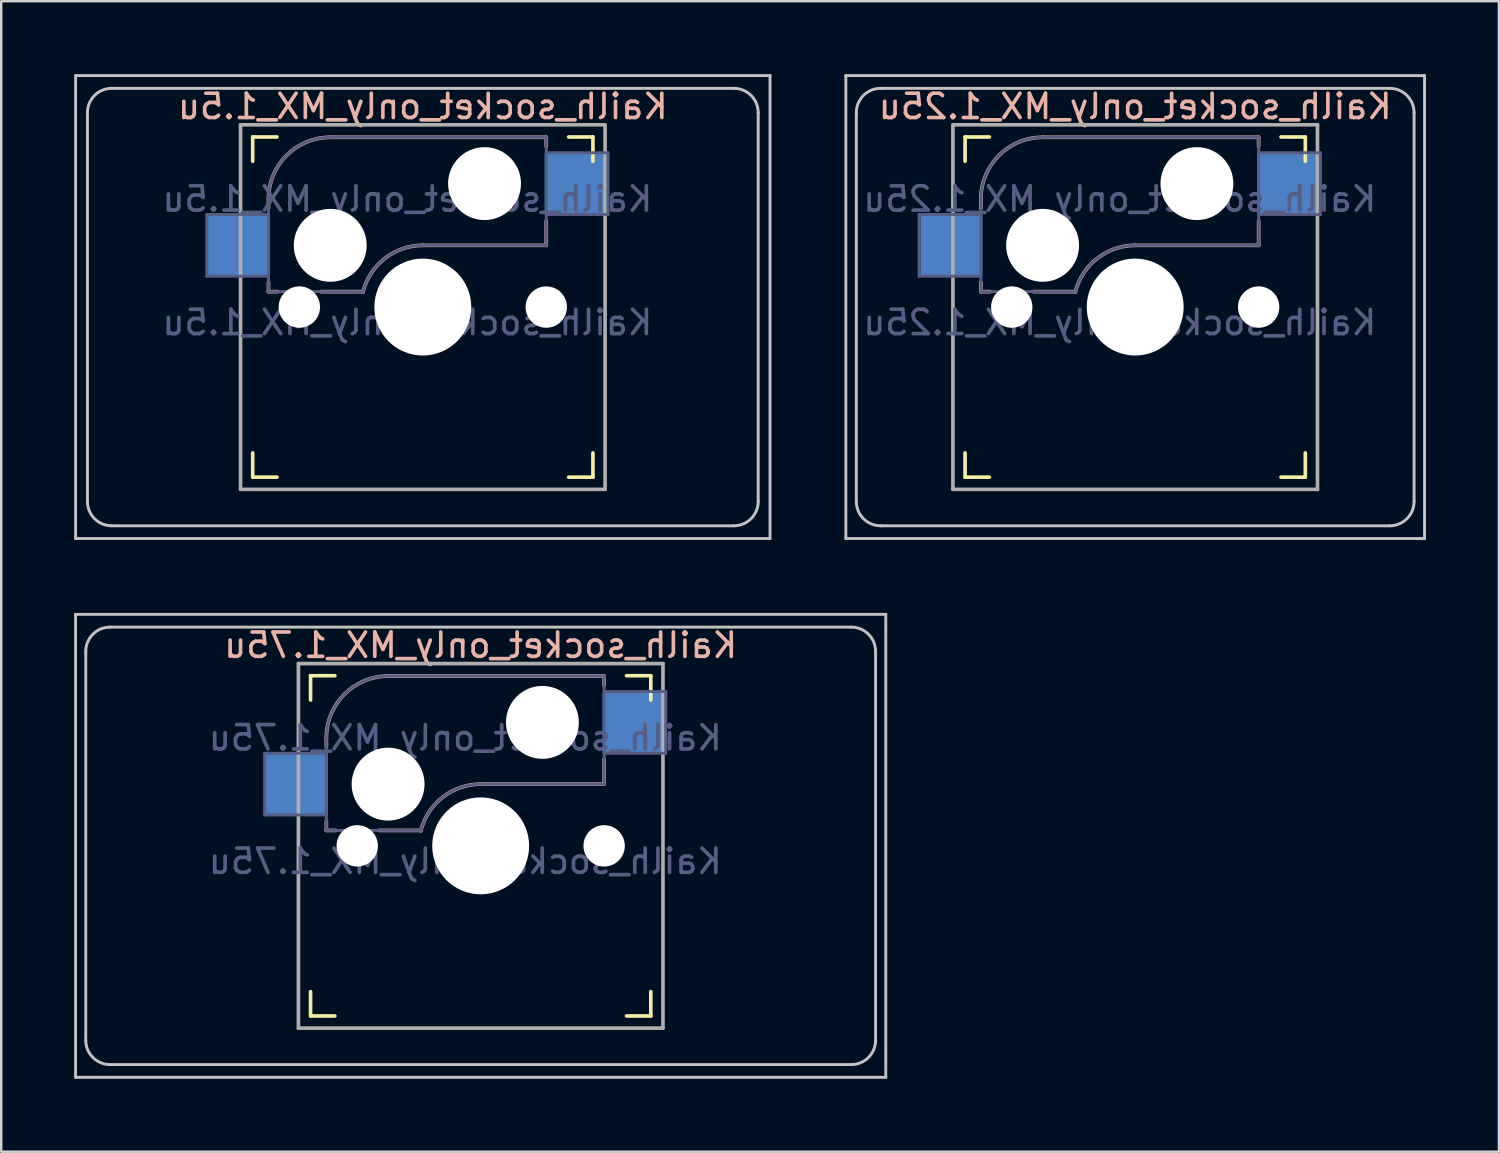
<source format=kicad_pcb>
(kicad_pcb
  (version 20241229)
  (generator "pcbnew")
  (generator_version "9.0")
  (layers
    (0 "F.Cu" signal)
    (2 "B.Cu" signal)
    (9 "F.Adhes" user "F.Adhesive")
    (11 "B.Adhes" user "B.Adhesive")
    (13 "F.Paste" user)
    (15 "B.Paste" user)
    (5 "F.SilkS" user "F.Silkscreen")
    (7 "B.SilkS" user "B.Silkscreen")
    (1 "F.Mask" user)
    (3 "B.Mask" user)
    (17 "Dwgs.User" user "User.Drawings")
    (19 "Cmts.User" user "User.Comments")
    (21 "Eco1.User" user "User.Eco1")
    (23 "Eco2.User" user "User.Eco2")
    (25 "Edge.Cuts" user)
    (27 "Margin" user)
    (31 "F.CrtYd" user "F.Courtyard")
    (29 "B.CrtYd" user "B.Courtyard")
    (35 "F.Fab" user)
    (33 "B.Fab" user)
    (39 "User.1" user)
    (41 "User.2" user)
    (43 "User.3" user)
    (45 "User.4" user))
  (footprint "Kailh_socket_only_MX_1.75u"
    (layer "F.Cu")
    (at 16.729 31.755)
    (property "Reference" "Kailh_socket_only_MX_1.75u" (at 0 -8.255 0) (layer "B.SilkS") (effects (font (size 1 1) (thickness 0.15)) (justify mirror)))
    (property "Value" "Kailh_socket_only_MX_1.75u" (at 0 8.255 0) (layer "F.Fab") (hide yes) (effects (font (size 1 1) (thickness 0.15))))
    (attr smd)
    (fp_line (start -7 -6) (end -7 -7) (stroke (width 0.15) (type solid)) (layer "F.SilkS"))
    (fp_line (start -7 7) (end -7 6) (stroke (width 0.15) (type solid)) (layer "F.SilkS"))
    (fp_line (start -7 7) (end -6 7) (stroke (width 0.15) (type solid)) (layer "F.SilkS"))
    (fp_line (start -6 -7) (end -7 -7) (stroke (width 0.15) (type solid)) (layer "F.SilkS"))
    (fp_line (start 6 7) (end 7 7) (stroke (width 0.15) (type solid)) (layer "F.SilkS"))
    (fp_line (start 7 -7) (end 6 -7) (stroke (width 0.15) (type solid)) (layer "F.SilkS"))
    (fp_line (start 7 -7) (end 7 -6) (stroke (width 0.15) (type solid)) (layer "F.SilkS"))
    (fp_line (start 7 6) (end 7 7) (stroke (width 0.15) (type solid)) (layer "F.SilkS"))
    (fp_line (start -6.35 -4.445) (end -6.35 -4.064) (stroke (width 0.15) (type solid)) (layer "B.SilkS"))
    (fp_line (start -6.35 -1.016) (end -6.35 -0.635) (stroke (width 0.15) (type solid)) (layer "B.SilkS"))
    (fp_line (start -5.969 -0.635) (end -6.35 -0.635) (stroke (width 0.15) (type solid)) (layer "B.SilkS"))
    (fp_line (start -3.81 -6.985) (end 5.08 -6.985) (stroke (width 0.15) (type solid)) (layer "B.SilkS"))
    (fp_line (start -2.464 -0.635) (end -4.191 -0.635) (stroke (width 0.15) (type solid)) (layer "B.SilkS"))
    (fp_line (start 5.08 -6.985) (end 5.08 -6.604) (stroke (width 0.15) (type solid)) (layer "B.SilkS"))
    (fp_line (start 5.08 -3.556) (end 5.08 -2.54) (stroke (width 0.15) (type solid)) (layer "B.SilkS"))
    (fp_line (start 5.08 -2.54) (end 0 -2.54) (stroke (width 0.15) (type solid)) (layer "B.SilkS"))
    (fp_arc (start -6.35 -4.445) (mid -5.606051 -6.241051) (end -3.81 -6.985) (stroke (width 0.15) (type solid)) (layer "B.SilkS"))
    (fp_arc (start -2.464162 -0.61604) (mid -1.563147 -2.002042) (end 0 -2.54) (stroke (width 0.15) (type solid)) (layer "B.SilkS"))
    (fp_line (start -16.669 -9.525) (end 16.669 -9.525) (stroke (width 0.12) (type solid)) (layer "Dwgs.User"))
    (fp_line (start -16.669 9.525) (end -16.669 -9.525) (stroke (width 0.12) (type solid)) (layer "Dwgs.User"))
    (fp_line (start -16.25 8) (end -16.25 -8) (stroke (width 0.12) (type solid)) (layer "Dwgs.User"))
    (fp_line (start -15.25 -9) (end 15.25 -9) (stroke (width 0.12) (type solid)) (layer "Dwgs.User"))
    (fp_line (start -15.25 9) (end 15.25 9) (stroke (width 0.12) (type solid)) (layer "Dwgs.User"))
    (fp_line (start 16.25 8) (end 16.25 -8) (stroke (width 0.12) (type solid)) (layer "Dwgs.User"))
    (fp_line (start 16.669 -9.525) (end 16.669 9.525) (stroke (width 0.12) (type solid)) (layer "Dwgs.User"))
    (fp_line (start 16.669 9.525) (end -16.669 9.525) (stroke (width 0.12) (type solid)) (layer "Dwgs.User"))
    (fp_arc (start -16.25 -8) (mid -15.957107 -8.707107) (end -15.25 -9) (stroke (width 0.12) (type solid)) (layer "Dwgs.User"))
    (fp_arc (start -15.25 9) (mid -15.957107 8.707107) (end -16.25 8) (stroke (width 0.12) (type solid)) (layer "Dwgs.User"))
    (fp_arc (start 15.25 -9) (mid 15.957107 -8.707107) (end 16.25 -8) (stroke (width 0.12) (type solid)) (layer "Dwgs.User"))
    (fp_arc (start 16.25 8) (mid 15.957107 8.707107) (end 15.25 9) (stroke (width 0.12) (type solid)) (layer "Dwgs.User"))
    (fp_line (start -6.9 6.9) (end -6.9 -6.9) (stroke (width 0.15) (type solid)) (layer "Eco2.User"))
    (fp_line (start -6.9 6.9) (end 6.9 6.9) (stroke (width 0.15) (type solid)) (layer "Eco2.User"))
    (fp_line (start 6.9 -6.9) (end -6.9 -6.9) (stroke (width 0.15) (type solid)) (layer "Eco2.User"))
    (fp_line (start 6.9 -6.9) (end 6.9 6.9) (stroke (width 0.15) (type solid)) (layer "Eco2.User"))
    (fp_line (start -8.89 -3.81) (end -6.35 -3.81) (stroke (width 0.12) (type solid)) (layer "B.Fab"))
    (fp_line (start -8.89 -1.27) (end -8.89 -3.81) (stroke (width 0.12) (type solid)) (layer "B.Fab"))
    (fp_line (start -6.35 -1.27) (end -8.89 -1.27) (stroke (width 0.12) (type solid)) (layer "B.Fab"))
    (fp_line (start -6.35 -0.635) (end -6.35 -4.445) (stroke (width 0.12) (type solid)) (layer "B.Fab"))
    (fp_line (start -6.35 -0.635) (end -2.54 -0.635) (stroke (width 0.12) (type solid)) (layer "B.Fab"))
    (fp_line (start -3.81 -6.985) (end 5.08 -6.985) (stroke (width 0.12) (type solid)) (layer "B.Fab"))
    (fp_line (start 5.08 -6.985) (end 5.08 -2.54) (stroke (width 0.12) (type solid)) (layer "B.Fab"))
    (fp_line (start 5.08 -6.35) (end 7.62 -6.35) (stroke (width 0.12) (type solid)) (layer "B.Fab"))
    (fp_line (start 5.08 -2.54) (end 0 -2.54) (stroke (width 0.12) (type solid)) (layer "B.Fab"))
    (fp_line (start 7.62 -6.35) (end 7.62 -3.81) (stroke (width 0.12) (type solid)) (layer "B.Fab"))
    (fp_line (start 7.62 -3.81) (end 5.08 -3.81) (stroke (width 0.12) (type solid)) (layer "B.Fab"))
    (fp_arc (start -6.35 -4.445) (mid -5.606051 -6.241051) (end -3.81 -6.985) (stroke (width 0.12) (type solid)) (layer "B.Fab"))
    (fp_arc (start -2.464162 -0.61604) (mid -1.563147 -2.002042) (end 0 -2.54) (stroke (width 0.12) (type solid)) (layer "B.Fab"))
    (fp_line (start -7.5 -7.5) (end 7.5 -7.5) (stroke (width 0.15) (type solid)) (layer "F.Fab"))
    (fp_line (start -7.5 7.5) (end -7.5 -7.5) (stroke (width 0.15) (type solid)) (layer "F.Fab"))
    (fp_line (start 7.5 -7.5) (end 7.5 7.5) (stroke (width 0.15) (type solid)) (layer "F.Fab"))
    (fp_line (start 7.5 7.5) (end -7.5 7.5) (stroke (width 0.15) (type solid)) (layer "F.Fab"))
    (fp_text user "${REFERENCE}" (at -0.635 -4.445 0) (layer "B.Fab") (effects (font (size 1 1) (thickness 0.15)) (justify mirror)))
    (fp_text user "${VALUE}" (at -0.635 0.635 0) (layer "B.Fab") (effects (font (size 1 1) (thickness 0.15)) (justify mirror)))
    (pad "" np_thru_hole circle (at -5.08 0) (size 1.702 1.702) (drill 1.702) (layers "*.Cu" "*.Mask"))
    (pad "" np_thru_hole circle (at -3.81 -2.54) (size 3 3) (drill 3) (layers "*.Cu" "*.Mask"))
    (pad "" np_thru_hole circle (at 0 0) (size 3.988 3.988) (drill 3.988) (layers "*.Cu" "*.Mask"))
    (pad "" np_thru_hole circle (at 2.54 -5.08) (size 3 3) (drill 3) (layers "*.Cu" "*.Mask"))
    (pad "" np_thru_hole circle (at 5.08 0) (size 1.702 1.702) (drill 1.702) (layers "*.Cu" "*.Mask"))
    (pad "1" smd rect (at 6.29 -5.08) (size 2.55 2.5) (layers "B.Cu" "B.Mask" "B.Paste"))
    (pad "2" smd rect (at -7.56 -2.54) (size 2.55 2.5) (layers "B.Cu" "B.Mask" "B.Paste")))
  (footprint "Kailh_socket_only_MX_1.25u"
    (layer "F.Cu")
    (at 43.661 9.585)
    (property "Reference" "Kailh_socket_only_MX_1.25u" (at 0 -8.255 0) (layer "B.SilkS") (effects (font (size 1 1) (thickness 0.15)) (justify mirror)))
    (property "Value" "Kailh_socket_only_MX_1.25u" (at 0 8.255 0) (layer "F.Fab") (hide yes) (effects (font (size 1 1) (thickness 0.15))))
    (attr smd)
    (fp_line (start -7 -6) (end -7 -7) (stroke (width 0.15) (type solid)) (layer "F.SilkS"))
    (fp_line (start -7 7) (end -7 6) (stroke (width 0.15) (type solid)) (layer "F.SilkS"))
    (fp_line (start -7 7) (end -6 7) (stroke (width 0.15) (type solid)) (layer "F.SilkS"))
    (fp_line (start -6 -7) (end -7 -7) (stroke (width 0.15) (type solid)) (layer "F.SilkS"))
    (fp_line (start 6 7) (end 7 7) (stroke (width 0.15) (type solid)) (layer "F.SilkS"))
    (fp_line (start 7 -7) (end 6 -7) (stroke (width 0.15) (type solid)) (layer "F.SilkS"))
    (fp_line (start 7 -7) (end 7 -6) (stroke (width 0.15) (type solid)) (layer "F.SilkS"))
    (fp_line (start 7 6) (end 7 7) (stroke (width 0.15) (type solid)) (layer "F.SilkS"))
    (fp_line (start -6.35 -4.445) (end -6.35 -4.064) (stroke (width 0.15) (type solid)) (layer "B.SilkS"))
    (fp_line (start -6.35 -1.016) (end -6.35 -0.635) (stroke (width 0.15) (type solid)) (layer "B.SilkS"))
    (fp_line (start -5.969 -0.635) (end -6.35 -0.635) (stroke (width 0.15) (type solid)) (layer "B.SilkS"))
    (fp_line (start -3.81 -6.985) (end 5.08 -6.985) (stroke (width 0.15) (type solid)) (layer "B.SilkS"))
    (fp_line (start -2.464 -0.635) (end -4.191 -0.635) (stroke (width 0.15) (type solid)) (layer "B.SilkS"))
    (fp_line (start 5.08 -6.985) (end 5.08 -6.604) (stroke (width 0.15) (type solid)) (layer "B.SilkS"))
    (fp_line (start 5.08 -3.556) (end 5.08 -2.54) (stroke (width 0.15) (type solid)) (layer "B.SilkS"))
    (fp_line (start 5.08 -2.54) (end 0 -2.54) (stroke (width 0.15) (type solid)) (layer "B.SilkS"))
    (fp_arc (start -6.35 -4.445) (mid -5.606051 -6.241051) (end -3.81 -6.985) (stroke (width 0.15) (type solid)) (layer "B.SilkS"))
    (fp_arc (start -2.464162 -0.61604) (mid -1.563147 -2.002042) (end 0 -2.54) (stroke (width 0.15) (type solid)) (layer "B.SilkS"))
    (fp_line (start -11.906 -9.525) (end 11.906 -9.525) (stroke (width 0.12) (type solid)) (layer "Dwgs.User"))
    (fp_line (start -11.906 9.525) (end -11.906 -9.525) (stroke (width 0.12) (type solid)) (layer "Dwgs.User"))
    (fp_line (start -11.475 8) (end -11.475 -8) (stroke (width 0.12) (type solid)) (layer "Dwgs.User"))
    (fp_line (start -10.475 -9) (end 10.475 -9) (stroke (width 0.12) (type solid)) (layer "Dwgs.User"))
    (fp_line (start -10.475 9) (end 10.475 9) (stroke (width 0.12) (type solid)) (layer "Dwgs.User"))
    (fp_line (start 11.475 8) (end 11.475 -8) (stroke (width 0.12) (type solid)) (layer "Dwgs.User"))
    (fp_line (start 11.906 -9.525) (end 11.906 9.525) (stroke (width 0.12) (type solid)) (layer "Dwgs.User"))
    (fp_line (start 11.906 9.525) (end -11.906 9.525) (stroke (width 0.12) (type solid)) (layer "Dwgs.User"))
    (fp_arc (start -11.475 -8) (mid -11.182107 -8.707107) (end -10.475 -9) (stroke (width 0.12) (type solid)) (layer "Dwgs.User"))
    (fp_arc (start -10.475 9) (mid -11.182107 8.707107) (end -11.475 8) (stroke (width 0.12) (type solid)) (layer "Dwgs.User"))
    (fp_arc (start 10.475 -9) (mid 11.182107 -8.707107) (end 11.475 -8) (stroke (width 0.12) (type solid)) (layer "Dwgs.User"))
    (fp_arc (start 11.475 8) (mid 11.182107 8.707107) (end 10.475 9) (stroke (width 0.12) (type solid)) (layer "Dwgs.User"))
    (fp_line (start -6.9 6.9) (end -6.9 -6.9) (stroke (width 0.15) (type solid)) (layer "Eco2.User"))
    (fp_line (start -6.9 6.9) (end 6.9 6.9) (stroke (width 0.15) (type solid)) (layer "Eco2.User"))
    (fp_line (start 6.9 -6.9) (end -6.9 -6.9) (stroke (width 0.15) (type solid)) (layer "Eco2.User"))
    (fp_line (start 6.9 -6.9) (end 6.9 6.9) (stroke (width 0.15) (type solid)) (layer "Eco2.User"))
    (fp_line (start -8.89 -3.81) (end -6.35 -3.81) (stroke (width 0.12) (type solid)) (layer "B.Fab"))
    (fp_line (start -8.89 -1.27) (end -8.89 -3.81) (stroke (width 0.12) (type solid)) (layer "B.Fab"))
    (fp_line (start -6.35 -1.27) (end -8.89 -1.27) (stroke (width 0.12) (type solid)) (layer "B.Fab"))
    (fp_line (start -6.35 -0.635) (end -6.35 -4.445) (stroke (width 0.12) (type solid)) (layer "B.Fab"))
    (fp_line (start -6.35 -0.635) (end -2.54 -0.635) (stroke (width 0.12) (type solid)) (layer "B.Fab"))
    (fp_line (start -3.81 -6.985) (end 5.08 -6.985) (stroke (width 0.12) (type solid)) (layer "B.Fab"))
    (fp_line (start 5.08 -6.985) (end 5.08 -2.54) (stroke (width 0.12) (type solid)) (layer "B.Fab"))
    (fp_line (start 5.08 -6.35) (end 7.62 -6.35) (stroke (width 0.12) (type solid)) (layer "B.Fab"))
    (fp_line (start 5.08 -2.54) (end 0 -2.54) (stroke (width 0.12) (type solid)) (layer "B.Fab"))
    (fp_line (start 7.62 -6.35) (end 7.62 -3.81) (stroke (width 0.12) (type solid)) (layer "B.Fab"))
    (fp_line (start 7.62 -3.81) (end 5.08 -3.81) (stroke (width 0.12) (type solid)) (layer "B.Fab"))
    (fp_arc (start -6.35 -4.445) (mid -5.606051 -6.241051) (end -3.81 -6.985) (stroke (width 0.12) (type solid)) (layer "B.Fab"))
    (fp_arc (start -2.464162 -0.61604) (mid -1.563147 -2.002042) (end 0 -2.54) (stroke (width 0.12) (type solid)) (layer "B.Fab"))
    (fp_line (start -7.5 -7.5) (end 7.5 -7.5) (stroke (width 0.15) (type solid)) (layer "F.Fab"))
    (fp_line (start -7.5 7.5) (end -7.5 -7.5) (stroke (width 0.15) (type solid)) (layer "F.Fab"))
    (fp_line (start 7.5 -7.5) (end 7.5 7.5) (stroke (width 0.15) (type solid)) (layer "F.Fab"))
    (fp_line (start 7.5 7.5) (end -7.5 7.5) (stroke (width 0.15) (type solid)) (layer "F.Fab"))
    (fp_text user "${REFERENCE}" (at -0.635 -4.445 0) (layer "B.Fab") (effects (font (size 1 1) (thickness 0.15)) (justify mirror)))
    (fp_text user "${VALUE}" (at -0.635 0.635 0) (layer "B.Fab") (effects (font (size 1 1) (thickness 0.15)) (justify mirror)))
    (pad "" np_thru_hole circle (at -5.08 0) (size 1.702 1.702) (drill 1.702) (layers "*.Cu" "*.Mask"))
    (pad "" np_thru_hole circle (at -3.81 -2.54) (size 3 3) (drill 3) (layers "*.Cu" "*.Mask"))
    (pad "" np_thru_hole circle (at 0 0) (size 3.988 3.988) (drill 3.988) (layers "*.Cu" "*.Mask"))
    (pad "" np_thru_hole circle (at 2.54 -5.08) (size 3 3) (drill 3) (layers "*.Cu" "*.Mask"))
    (pad "" np_thru_hole circle (at 5.08 0) (size 1.702 1.702) (drill 1.702) (layers "*.Cu" "*.Mask"))
    (pad "1" smd rect (at 6.29 -5.08) (size 2.55 2.5) (layers "B.Cu" "B.Mask" "B.Paste"))
    (pad "2" smd rect (at -7.56 -2.54) (size 2.55 2.5) (layers "B.Cu" "B.Mask" "B.Paste")))
  (footprint "Kailh_socket_only_MX_1.5u"
    (layer "F.Cu")
    (at 14.348 9.585)
    (property "Reference" "Kailh_socket_only_MX_1.5u" (at 0 -8.255 0) (layer "B.SilkS") (effects (font (size 1 1) (thickness 0.15)) (justify mirror)))
    (property "Value" "Kailh_socket_only_MX_1.5u" (at 0 8.255 0) (layer "F.Fab") (hide yes) (effects (font (size 1 1) (thickness 0.15))))
    (attr smd)
    (fp_line (start -7 -6) (end -7 -7) (stroke (width 0.15) (type solid)) (layer "F.SilkS"))
    (fp_line (start -7 7) (end -7 6) (stroke (width 0.15) (type solid)) (layer "F.SilkS"))
    (fp_line (start -7 7) (end -6 7) (stroke (width 0.15) (type solid)) (layer "F.SilkS"))
    (fp_line (start -6 -7) (end -7 -7) (stroke (width 0.15) (type solid)) (layer "F.SilkS"))
    (fp_line (start 6 7) (end 7 7) (stroke (width 0.15) (type solid)) (layer "F.SilkS"))
    (fp_line (start 7 -7) (end 6 -7) (stroke (width 0.15) (type solid)) (layer "F.SilkS"))
    (fp_line (start 7 -7) (end 7 -6) (stroke (width 0.15) (type solid)) (layer "F.SilkS"))
    (fp_line (start 7 6) (end 7 7) (stroke (width 0.15) (type solid)) (layer "F.SilkS"))
    (fp_line (start -6.35 -4.445) (end -6.35 -4.064) (stroke (width 0.15) (type solid)) (layer "B.SilkS"))
    (fp_line (start -6.35 -1.016) (end -6.35 -0.635) (stroke (width 0.15) (type solid)) (layer "B.SilkS"))
    (fp_line (start -5.969 -0.635) (end -6.35 -0.635) (stroke (width 0.15) (type solid)) (layer "B.SilkS"))
    (fp_line (start -3.81 -6.985) (end 5.08 -6.985) (stroke (width 0.15) (type solid)) (layer "B.SilkS"))
    (fp_line (start -2.464 -0.635) (end -4.191 -0.635) (stroke (width 0.15) (type solid)) (layer "B.SilkS"))
    (fp_line (start 5.08 -6.985) (end 5.08 -6.604) (stroke (width 0.15) (type solid)) (layer "B.SilkS"))
    (fp_line (start 5.08 -3.556) (end 5.08 -2.54) (stroke (width 0.15) (type solid)) (layer "B.SilkS"))
    (fp_line (start 5.08 -2.54) (end 0 -2.54) (stroke (width 0.15) (type solid)) (layer "B.SilkS"))
    (fp_arc (start -6.35 -4.445) (mid -5.606051 -6.241051) (end -3.81 -6.985) (stroke (width 0.15) (type solid)) (layer "B.SilkS"))
    (fp_arc (start -2.464162 -0.61604) (mid -1.563147 -2.002042) (end 0 -2.54) (stroke (width 0.15) (type solid)) (layer "B.SilkS"))
    (fp_line (start -14.287 -9.525) (end 14.287 -9.525) (stroke (width 0.12) (type solid)) (layer "Dwgs.User"))
    (fp_line (start -14.287 9.525) (end -14.287 -9.525) (stroke (width 0.12) (type solid)) (layer "Dwgs.User"))
    (fp_line (start -13.8 8) (end -13.8 -8) (stroke (width 0.12) (type solid)) (layer "Dwgs.User"))
    (fp_line (start -12.8 -9) (end 12.8 -9) (stroke (width 0.12) (type solid)) (layer "Dwgs.User"))
    (fp_line (start -12.8 9) (end 12.8 9) (stroke (width 0.12) (type solid)) (layer "Dwgs.User"))
    (fp_line (start 13.8 8) (end 13.8 -8) (stroke (width 0.12) (type solid)) (layer "Dwgs.User"))
    (fp_line (start 14.287 -9.525) (end 14.287 9.525) (stroke (width 0.12) (type solid)) (layer "Dwgs.User"))
    (fp_line (start 14.287 9.525) (end -14.287 9.525) (stroke (width 0.12) (type solid)) (layer "Dwgs.User"))
    (fp_arc (start -13.8 -8) (mid -13.507107 -8.707107) (end -12.8 -9) (stroke (width 0.12) (type solid)) (layer "Dwgs.User"))
    (fp_arc (start -12.8 9) (mid -13.507107 8.707107) (end -13.8 8) (stroke (width 0.12) (type solid)) (layer "Dwgs.User"))
    (fp_arc (start 12.8 -9) (mid 13.507107 -8.707107) (end 13.8 -8) (stroke (width 0.12) (type solid)) (layer "Dwgs.User"))
    (fp_arc (start 13.8 8) (mid 13.507107 8.707107) (end 12.8 9) (stroke (width 0.12) (type solid)) (layer "Dwgs.User"))
    (fp_line (start -6.9 6.9) (end -6.9 -6.9) (stroke (width 0.15) (type solid)) (layer "Eco2.User"))
    (fp_line (start -6.9 6.9) (end 6.9 6.9) (stroke (width 0.15) (type solid)) (layer "Eco2.User"))
    (fp_line (start 6.9 -6.9) (end -6.9 -6.9) (stroke (width 0.15) (type solid)) (layer "Eco2.User"))
    (fp_line (start 6.9 -6.9) (end 6.9 6.9) (stroke (width 0.15) (type solid)) (layer "Eco2.User"))
    (fp_line (start -8.89 -3.81) (end -6.35 -3.81) (stroke (width 0.12) (type solid)) (layer "B.Fab"))
    (fp_line (start -8.89 -1.27) (end -8.89 -3.81) (stroke (width 0.12) (type solid)) (layer "B.Fab"))
    (fp_line (start -6.35 -1.27) (end -8.89 -1.27) (stroke (width 0.12) (type solid)) (layer "B.Fab"))
    (fp_line (start -6.35 -0.635) (end -6.35 -4.445) (stroke (width 0.12) (type solid)) (layer "B.Fab"))
    (fp_line (start -6.35 -0.635) (end -2.54 -0.635) (stroke (width 0.12) (type solid)) (layer "B.Fab"))
    (fp_line (start -3.81 -6.985) (end 5.08 -6.985) (stroke (width 0.12) (type solid)) (layer "B.Fab"))
    (fp_line (start 5.08 -6.985) (end 5.08 -2.54) (stroke (width 0.12) (type solid)) (layer "B.Fab"))
    (fp_line (start 5.08 -6.35) (end 7.62 -6.35) (stroke (width 0.12) (type solid)) (layer "B.Fab"))
    (fp_line (start 5.08 -2.54) (end 0 -2.54) (stroke (width 0.12) (type solid)) (layer "B.Fab"))
    (fp_line (start 7.62 -6.35) (end 7.62 -3.81) (stroke (width 0.12) (type solid)) (layer "B.Fab"))
    (fp_line (start 7.62 -3.81) (end 5.08 -3.81) (stroke (width 0.12) (type solid)) (layer "B.Fab"))
    (fp_arc (start -6.35 -4.445) (mid -5.606051 -6.241051) (end -3.81 -6.985) (stroke (width 0.12) (type solid)) (layer "B.Fab"))
    (fp_arc (start -2.464162 -0.61604) (mid -1.563147 -2.002042) (end 0 -2.54) (stroke (width 0.12) (type solid)) (layer "B.Fab"))
    (fp_line (start -7.5 -7.5) (end 7.5 -7.5) (stroke (width 0.15) (type solid)) (layer "F.Fab"))
    (fp_line (start -7.5 7.5) (end -7.5 -7.5) (stroke (width 0.15) (type solid)) (layer "F.Fab"))
    (fp_line (start 7.5 -7.5) (end 7.5 7.5) (stroke (width 0.15) (type solid)) (layer "F.Fab"))
    (fp_line (start 7.5 7.5) (end -7.5 7.5) (stroke (width 0.15) (type solid)) (layer "F.Fab"))
    (fp_text user "${REFERENCE}" (at -0.635 -4.445 0) (layer "B.Fab") (effects (font (size 1 1) (thickness 0.15)) (justify mirror)))
    (fp_text user "${VALUE}" (at -0.635 0.635 0) (layer "B.Fab") (effects (font (size 1 1) (thickness 0.15)) (justify mirror)))
    (pad "" np_thru_hole circle (at -5.08 0) (size 1.702 1.702) (drill 1.702) (layers "*.Cu" "*.Mask"))
    (pad "" np_thru_hole circle (at -3.81 -2.54) (size 3 3) (drill 3) (layers "*.Cu" "*.Mask"))
    (pad "" np_thru_hole circle (at 0 0) (size 3.988 3.988) (drill 3.988) (layers "*.Cu" "*.Mask"))
    (pad "" np_thru_hole circle (at 2.54 -5.08) (size 3 3) (drill 3) (layers "*.Cu" "*.Mask"))
    (pad "" np_thru_hole circle (at 5.08 0) (size 1.702 1.702) (drill 1.702) (layers "*.Cu" "*.Mask"))
    (pad "1" smd rect (at 6.29 -5.08) (size 2.55 2.5) (layers "B.Cu" "B.Mask" "B.Paste"))
    (pad "2" smd rect (at -7.56 -2.54) (size 2.55 2.5) (layers "B.Cu" "B.Mask" "B.Paste")))
  (gr_rect
    (start -3 -3)
    (end 58.627 44.34)
    (stroke (width 0.1) (type default))
    (fill no)
    (layer "Edge.Cuts")))
</source>
